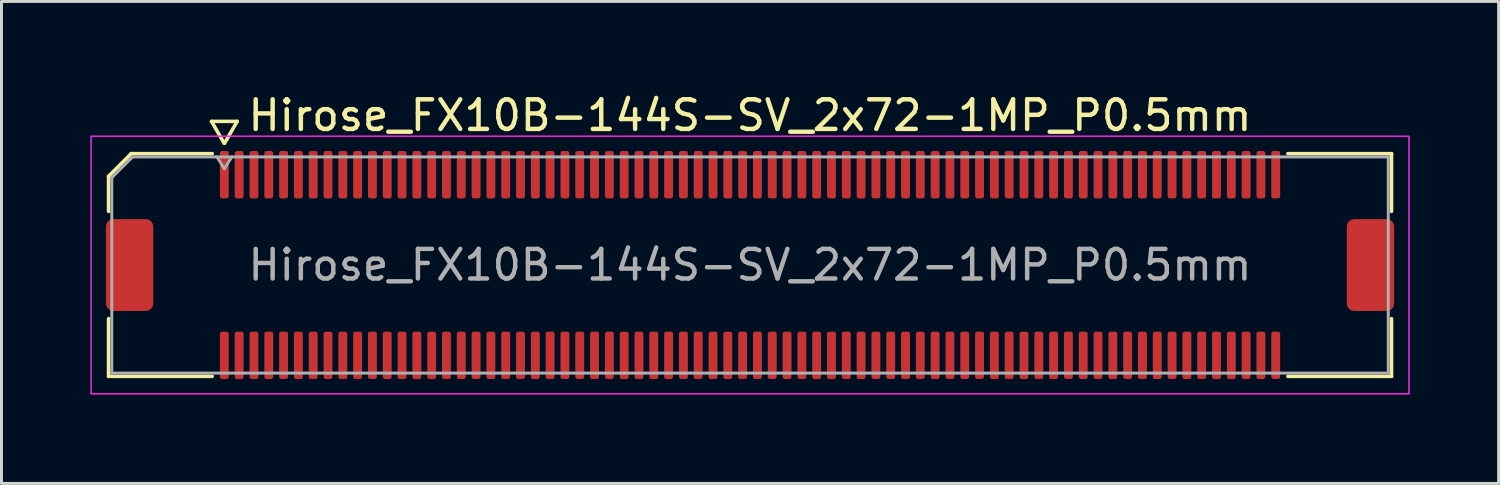
<source format=kicad_pcb>
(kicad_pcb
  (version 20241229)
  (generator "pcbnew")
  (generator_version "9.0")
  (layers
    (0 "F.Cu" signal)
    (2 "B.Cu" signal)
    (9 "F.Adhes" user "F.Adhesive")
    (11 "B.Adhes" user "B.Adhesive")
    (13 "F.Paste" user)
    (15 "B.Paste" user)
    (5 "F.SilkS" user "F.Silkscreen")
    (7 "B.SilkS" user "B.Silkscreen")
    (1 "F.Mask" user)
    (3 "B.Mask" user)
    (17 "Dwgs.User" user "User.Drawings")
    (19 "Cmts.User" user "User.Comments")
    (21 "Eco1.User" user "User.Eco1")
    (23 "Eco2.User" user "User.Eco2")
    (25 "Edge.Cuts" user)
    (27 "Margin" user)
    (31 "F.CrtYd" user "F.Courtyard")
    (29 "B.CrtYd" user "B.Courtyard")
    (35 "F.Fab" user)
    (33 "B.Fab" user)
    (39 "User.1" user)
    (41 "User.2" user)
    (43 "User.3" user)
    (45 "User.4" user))
  (footprint "Hirose_FX10B-144S-SV_2x72-1MP_P0.5mm"
    (layer "F.Cu")
    (at 22.275 5.898)
    (property "Reference" "Hirose_FX10B-144S-SV_2x72-1MP_P0.5mm" (at 0 -5.05 0) (layer "F.SilkS") (effects (font (size 1 1) (thickness 0.15))))
    (attr smd)
    (fp_line (start -21.66 -2.996) (end -20.896 -3.76) (stroke (width 0.12) (type solid)) (layer "F.SilkS"))
    (fp_line (start -21.66 -1.81) (end -21.66 -2.996) (stroke (width 0.12) (type solid)) (layer "F.SilkS"))
    (fp_line (start -21.66 3.76) (end -21.66 1.81) (stroke (width 0.12) (type solid)) (layer "F.SilkS"))
    (fp_line (start -20.896 -3.76) (end -18.16 -3.76) (stroke (width 0.12) (type solid)) (layer "F.SilkS"))
    (fp_line (start -18.183 -4.85) (end -17.756 -4.11) (stroke (width 0.12) (type solid)) (layer "F.SilkS"))
    (fp_line (start -18.16 3.76) (end -21.66 3.76) (stroke (width 0.12) (type solid)) (layer "F.SilkS"))
    (fp_line (start -17.744 -4.11) (end -17.317 -4.85) (stroke (width 0.12) (type solid)) (layer "F.SilkS"))
    (fp_line (start -17.317 -4.85) (end -18.183 -4.85) (stroke (width 0.12) (type solid)) (layer "F.SilkS"))
    (fp_line (start 18.16 -3.76) (end 21.66 -3.76) (stroke (width 0.12) (type solid)) (layer "F.SilkS"))
    (fp_line (start 21.66 -3.76) (end 21.66 -1.81) (stroke (width 0.12) (type solid)) (layer "F.SilkS"))
    (fp_line (start 21.66 1.81) (end 21.66 3.76) (stroke (width 0.12) (type solid)) (layer "F.SilkS"))
    (fp_line (start 21.66 3.76) (end 18.16 3.76) (stroke (width 0.12) (type solid)) (layer "F.SilkS"))
    (fp_rect (start -22.25 -4.35) (end 22.25 4.35) (stroke (width 0.05) (type solid)) (fill no) (layer "F.CrtYd"))
    (fp_line (start -21.55 -2.95) (end -20.85 -3.65) (stroke (width 0.1) (type solid)) (layer "F.Fab"))
    (fp_line (start -21.55 3.65) (end -21.55 -2.95) (stroke (width 0.1) (type solid)) (layer "F.Fab"))
    (fp_line (start -20.85 -3.65) (end 21.55 -3.65) (stroke (width 0.1) (type solid)) (layer "F.Fab"))
    (fp_line (start -18 -3.65) (end -17.75 -3.25) (stroke (width 0.1) (type solid)) (layer "F.Fab"))
    (fp_line (start -17.75 -3.25) (end -17.5 -3.65) (stroke (width 0.1) (type solid)) (layer "F.Fab"))
    (fp_line (start 21.55 -3.65) (end 21.55 3.65) (stroke (width 0.1) (type solid)) (layer "F.Fab"))
    (fp_line (start 21.55 3.65) (end -21.55 3.65) (stroke (width 0.1) (type solid)) (layer "F.Fab"))
    (fp_text user "${REFERENCE}" (at 0 0 0) (layer "F.Fab") (effects (font (size 1 1) (thickness 0.15))))
    (pad "1" smd roundrect (at -17.75 -3.05) (size 0.3 1.6) (layers "F.Cu" "F.Mask" "F.Paste") (roundrect_rratio 0.25))
    (pad "2" smd roundrect (at -17.75 3.05) (size 0.3 1.6) (layers "F.Cu" "F.Mask" "F.Paste") (roundrect_rratio 0.25))
    (pad "3" smd roundrect (at -17.25 -3.05) (size 0.3 1.6) (layers "F.Cu" "F.Mask" "F.Paste") (roundrect_rratio 0.25))
    (pad "4" smd roundrect (at -17.25 3.05) (size 0.3 1.6) (layers "F.Cu" "F.Mask" "F.Paste") (roundrect_rratio 0.25))
    (pad "5" smd roundrect (at -16.75 -3.05) (size 0.3 1.6) (layers "F.Cu" "F.Mask" "F.Paste") (roundrect_rratio 0.25))
    (pad "6" smd roundrect (at -16.75 3.05) (size 0.3 1.6) (layers "F.Cu" "F.Mask" "F.Paste") (roundrect_rratio 0.25))
    (pad "7" smd roundrect (at -16.25 -3.05) (size 0.3 1.6) (layers "F.Cu" "F.Mask" "F.Paste") (roundrect_rratio 0.25))
    (pad "8" smd roundrect (at -16.25 3.05) (size 0.3 1.6) (layers "F.Cu" "F.Mask" "F.Paste") (roundrect_rratio 0.25))
    (pad "9" smd roundrect (at -15.75 -3.05) (size 0.3 1.6) (layers "F.Cu" "F.Mask" "F.Paste") (roundrect_rratio 0.25))
    (pad "10" smd roundrect (at -15.75 3.05) (size 0.3 1.6) (layers "F.Cu" "F.Mask" "F.Paste") (roundrect_rratio 0.25))
    (pad "11" smd roundrect (at -15.25 -3.05) (size 0.3 1.6) (layers "F.Cu" "F.Mask" "F.Paste") (roundrect_rratio 0.25))
    (pad "12" smd roundrect (at -15.25 3.05) (size 0.3 1.6) (layers "F.Cu" "F.Mask" "F.Paste") (roundrect_rratio 0.25))
    (pad "13" smd roundrect (at -14.75 -3.05) (size 0.3 1.6) (layers "F.Cu" "F.Mask" "F.Paste") (roundrect_rratio 0.25))
    (pad "14" smd roundrect (at -14.75 3.05) (size 0.3 1.6) (layers "F.Cu" "F.Mask" "F.Paste") (roundrect_rratio 0.25))
    (pad "15" smd roundrect (at -14.25 -3.05) (size 0.3 1.6) (layers "F.Cu" "F.Mask" "F.Paste") (roundrect_rratio 0.25))
    (pad "16" smd roundrect (at -14.25 3.05) (size 0.3 1.6) (layers "F.Cu" "F.Mask" "F.Paste") (roundrect_rratio 0.25))
    (pad "17" smd roundrect (at -13.75 -3.05) (size 0.3 1.6) (layers "F.Cu" "F.Mask" "F.Paste") (roundrect_rratio 0.25))
    (pad "18" smd roundrect (at -13.75 3.05) (size 0.3 1.6) (layers "F.Cu" "F.Mask" "F.Paste") (roundrect_rratio 0.25))
    (pad "19" smd roundrect (at -13.25 -3.05) (size 0.3 1.6) (layers "F.Cu" "F.Mask" "F.Paste") (roundrect_rratio 0.25))
    (pad "20" smd roundrect (at -13.25 3.05) (size 0.3 1.6) (layers "F.Cu" "F.Mask" "F.Paste") (roundrect_rratio 0.25))
    (pad "21" smd roundrect (at -12.75 -3.05) (size 0.3 1.6) (layers "F.Cu" "F.Mask" "F.Paste") (roundrect_rratio 0.25))
    (pad "22" smd roundrect (at -12.75 3.05) (size 0.3 1.6) (layers "F.Cu" "F.Mask" "F.Paste") (roundrect_rratio 0.25))
    (pad "23" smd roundrect (at -12.25 -3.05) (size 0.3 1.6) (layers "F.Cu" "F.Mask" "F.Paste") (roundrect_rratio 0.25))
    (pad "24" smd roundrect (at -12.25 3.05) (size 0.3 1.6) (layers "F.Cu" "F.Mask" "F.Paste") (roundrect_rratio 0.25))
    (pad "25" smd roundrect (at -11.75 -3.05) (size 0.3 1.6) (layers "F.Cu" "F.Mask" "F.Paste") (roundrect_rratio 0.25))
    (pad "26" smd roundrect (at -11.75 3.05) (size 0.3 1.6) (layers "F.Cu" "F.Mask" "F.Paste") (roundrect_rratio 0.25))
    (pad "27" smd roundrect (at -11.25 -3.05) (size 0.3 1.6) (layers "F.Cu" "F.Mask" "F.Paste") (roundrect_rratio 0.25))
    (pad "28" smd roundrect (at -11.25 3.05) (size 0.3 1.6) (layers "F.Cu" "F.Mask" "F.Paste") (roundrect_rratio 0.25))
    (pad "29" smd roundrect (at -10.75 -3.05) (size 0.3 1.6) (layers "F.Cu" "F.Mask" "F.Paste") (roundrect_rratio 0.25))
    (pad "30" smd roundrect (at -10.75 3.05) (size 0.3 1.6) (layers "F.Cu" "F.Mask" "F.Paste") (roundrect_rratio 0.25))
    (pad "31" smd roundrect (at -10.25 -3.05) (size 0.3 1.6) (layers "F.Cu" "F.Mask" "F.Paste") (roundrect_rratio 0.25))
    (pad "32" smd roundrect (at -10.25 3.05) (size 0.3 1.6) (layers "F.Cu" "F.Mask" "F.Paste") (roundrect_rratio 0.25))
    (pad "33" smd roundrect (at -9.75 -3.05) (size 0.3 1.6) (layers "F.Cu" "F.Mask" "F.Paste") (roundrect_rratio 0.25))
    (pad "34" smd roundrect (at -9.75 3.05) (size 0.3 1.6) (layers "F.Cu" "F.Mask" "F.Paste") (roundrect_rratio 0.25))
    (pad "35" smd roundrect (at -9.25 -3.05) (size 0.3 1.6) (layers "F.Cu" "F.Mask" "F.Paste") (roundrect_rratio 0.25))
    (pad "36" smd roundrect (at -9.25 3.05) (size 0.3 1.6) (layers "F.Cu" "F.Mask" "F.Paste") (roundrect_rratio 0.25))
    (pad "37" smd roundrect (at -8.75 -3.05) (size 0.3 1.6) (layers "F.Cu" "F.Mask" "F.Paste") (roundrect_rratio 0.25))
    (pad "38" smd roundrect (at -8.75 3.05) (size 0.3 1.6) (layers "F.Cu" "F.Mask" "F.Paste") (roundrect_rratio 0.25))
    (pad "39" smd roundrect (at -8.25 -3.05) (size 0.3 1.6) (layers "F.Cu" "F.Mask" "F.Paste") (roundrect_rratio 0.25))
    (pad "40" smd roundrect (at -8.25 3.05) (size 0.3 1.6) (layers "F.Cu" "F.Mask" "F.Paste") (roundrect_rratio 0.25))
    (pad "41" smd roundrect (at -7.75 -3.05) (size 0.3 1.6) (layers "F.Cu" "F.Mask" "F.Paste") (roundrect_rratio 0.25))
    (pad "42" smd roundrect (at -7.75 3.05) (size 0.3 1.6) (layers "F.Cu" "F.Mask" "F.Paste") (roundrect_rratio 0.25))
    (pad "43" smd roundrect (at -7.25 -3.05) (size 0.3 1.6) (layers "F.Cu" "F.Mask" "F.Paste") (roundrect_rratio 0.25))
    (pad "44" smd roundrect (at -7.25 3.05) (size 0.3 1.6) (layers "F.Cu" "F.Mask" "F.Paste") (roundrect_rratio 0.25))
    (pad "45" smd roundrect (at -6.75 -3.05) (size 0.3 1.6) (layers "F.Cu" "F.Mask" "F.Paste") (roundrect_rratio 0.25))
    (pad "46" smd roundrect (at -6.75 3.05) (size 0.3 1.6) (layers "F.Cu" "F.Mask" "F.Paste") (roundrect_rratio 0.25))
    (pad "47" smd roundrect (at -6.25 -3.05) (size 0.3 1.6) (layers "F.Cu" "F.Mask" "F.Paste") (roundrect_rratio 0.25))
    (pad "48" smd roundrect (at -6.25 3.05) (size 0.3 1.6) (layers "F.Cu" "F.Mask" "F.Paste") (roundrect_rratio 0.25))
    (pad "49" smd roundrect (at -5.75 -3.05) (size 0.3 1.6) (layers "F.Cu" "F.Mask" "F.Paste") (roundrect_rratio 0.25))
    (pad "50" smd roundrect (at -5.75 3.05) (size 0.3 1.6) (layers "F.Cu" "F.Mask" "F.Paste") (roundrect_rratio 0.25))
    (pad "51" smd roundrect (at -5.25 -3.05) (size 0.3 1.6) (layers "F.Cu" "F.Mask" "F.Paste") (roundrect_rratio 0.25))
    (pad "52" smd roundrect (at -5.25 3.05) (size 0.3 1.6) (layers "F.Cu" "F.Mask" "F.Paste") (roundrect_rratio 0.25))
    (pad "53" smd roundrect (at -4.75 -3.05) (size 0.3 1.6) (layers "F.Cu" "F.Mask" "F.Paste") (roundrect_rratio 0.25))
    (pad "54" smd roundrect (at -4.75 3.05) (size 0.3 1.6) (layers "F.Cu" "F.Mask" "F.Paste") (roundrect_rratio 0.25))
    (pad "55" smd roundrect (at -4.25 -3.05) (size 0.3 1.6) (layers "F.Cu" "F.Mask" "F.Paste") (roundrect_rratio 0.25))
    (pad "56" smd roundrect (at -4.25 3.05) (size 0.3 1.6) (layers "F.Cu" "F.Mask" "F.Paste") (roundrect_rratio 0.25))
    (pad "57" smd roundrect (at -3.75 -3.05) (size 0.3 1.6) (layers "F.Cu" "F.Mask" "F.Paste") (roundrect_rratio 0.25))
    (pad "58" smd roundrect (at -3.75 3.05) (size 0.3 1.6) (layers "F.Cu" "F.Mask" "F.Paste") (roundrect_rratio 0.25))
    (pad "59" smd roundrect (at -3.25 -3.05) (size 0.3 1.6) (layers "F.Cu" "F.Mask" "F.Paste") (roundrect_rratio 0.25))
    (pad "60" smd roundrect (at -3.25 3.05) (size 0.3 1.6) (layers "F.Cu" "F.Mask" "F.Paste") (roundrect_rratio 0.25))
    (pad "61" smd roundrect (at -2.75 -3.05) (size 0.3 1.6) (layers "F.Cu" "F.Mask" "F.Paste") (roundrect_rratio 0.25))
    (pad "62" smd roundrect (at -2.75 3.05) (size 0.3 1.6) (layers "F.Cu" "F.Mask" "F.Paste") (roundrect_rratio 0.25))
    (pad "63" smd roundrect (at -2.25 -3.05) (size 0.3 1.6) (layers "F.Cu" "F.Mask" "F.Paste") (roundrect_rratio 0.25))
    (pad "64" smd roundrect (at -2.25 3.05) (size 0.3 1.6) (layers "F.Cu" "F.Mask" "F.Paste") (roundrect_rratio 0.25))
    (pad "65" smd roundrect (at -1.75 -3.05) (size 0.3 1.6) (layers "F.Cu" "F.Mask" "F.Paste") (roundrect_rratio 0.25))
    (pad "66" smd roundrect (at -1.75 3.05) (size 0.3 1.6) (layers "F.Cu" "F.Mask" "F.Paste") (roundrect_rratio 0.25))
    (pad "67" smd roundrect (at -1.25 -3.05) (size 0.3 1.6) (layers "F.Cu" "F.Mask" "F.Paste") (roundrect_rratio 0.25))
    (pad "68" smd roundrect (at -1.25 3.05) (size 0.3 1.6) (layers "F.Cu" "F.Mask" "F.Paste") (roundrect_rratio 0.25))
    (pad "69" smd roundrect (at -0.75 -3.05) (size 0.3 1.6) (layers "F.Cu" "F.Mask" "F.Paste") (roundrect_rratio 0.25))
    (pad "70" smd roundrect (at -0.75 3.05) (size 0.3 1.6) (layers "F.Cu" "F.Mask" "F.Paste") (roundrect_rratio 0.25))
    (pad "71" smd roundrect (at -0.25 -3.05) (size 0.3 1.6) (layers "F.Cu" "F.Mask" "F.Paste") (roundrect_rratio 0.25))
    (pad "72" smd roundrect (at -0.25 3.05) (size 0.3 1.6) (layers "F.Cu" "F.Mask" "F.Paste") (roundrect_rratio 0.25))
    (pad "73" smd roundrect (at 0.25 -3.05) (size 0.3 1.6) (layers "F.Cu" "F.Mask" "F.Paste") (roundrect_rratio 0.25))
    (pad "74" smd roundrect (at 0.25 3.05) (size 0.3 1.6) (layers "F.Cu" "F.Mask" "F.Paste") (roundrect_rratio 0.25))
    (pad "75" smd roundrect (at 0.75 -3.05) (size 0.3 1.6) (layers "F.Cu" "F.Mask" "F.Paste") (roundrect_rratio 0.25))
    (pad "76" smd roundrect (at 0.75 3.05) (size 0.3 1.6) (layers "F.Cu" "F.Mask" "F.Paste") (roundrect_rratio 0.25))
    (pad "77" smd roundrect (at 1.25 -3.05) (size 0.3 1.6) (layers "F.Cu" "F.Mask" "F.Paste") (roundrect_rratio 0.25))
    (pad "78" smd roundrect (at 1.25 3.05) (size 0.3 1.6) (layers "F.Cu" "F.Mask" "F.Paste") (roundrect_rratio 0.25))
    (pad "79" smd roundrect (at 1.75 -3.05) (size 0.3 1.6) (layers "F.Cu" "F.Mask" "F.Paste") (roundrect_rratio 0.25))
    (pad "80" smd roundrect (at 1.75 3.05) (size 0.3 1.6) (layers "F.Cu" "F.Mask" "F.Paste") (roundrect_rratio 0.25))
    (pad "81" smd roundrect (at 2.25 -3.05) (size 0.3 1.6) (layers "F.Cu" "F.Mask" "F.Paste") (roundrect_rratio 0.25))
    (pad "82" smd roundrect (at 2.25 3.05) (size 0.3 1.6) (layers "F.Cu" "F.Mask" "F.Paste") (roundrect_rratio 0.25))
    (pad "83" smd roundrect (at 2.75 -3.05) (size 0.3 1.6) (layers "F.Cu" "F.Mask" "F.Paste") (roundrect_rratio 0.25))
    (pad "84" smd roundrect (at 2.75 3.05) (size 0.3 1.6) (layers "F.Cu" "F.Mask" "F.Paste") (roundrect_rratio 0.25))
    (pad "85" smd roundrect (at 3.25 -3.05) (size 0.3 1.6) (layers "F.Cu" "F.Mask" "F.Paste") (roundrect_rratio 0.25))
    (pad "86" smd roundrect (at 3.25 3.05) (size 0.3 1.6) (layers "F.Cu" "F.Mask" "F.Paste") (roundrect_rratio 0.25))
    (pad "87" smd roundrect (at 3.75 -3.05) (size 0.3 1.6) (layers "F.Cu" "F.Mask" "F.Paste") (roundrect_rratio 0.25))
    (pad "88" smd roundrect (at 3.75 3.05) (size 0.3 1.6) (layers "F.Cu" "F.Mask" "F.Paste") (roundrect_rratio 0.25))
    (pad "89" smd roundrect (at 4.25 -3.05) (size 0.3 1.6) (layers "F.Cu" "F.Mask" "F.Paste") (roundrect_rratio 0.25))
    (pad "90" smd roundrect (at 4.25 3.05) (size 0.3 1.6) (layers "F.Cu" "F.Mask" "F.Paste") (roundrect_rratio 0.25))
    (pad "91" smd roundrect (at 4.75 -3.05) (size 0.3 1.6) (layers "F.Cu" "F.Mask" "F.Paste") (roundrect_rratio 0.25))
    (pad "92" smd roundrect (at 4.75 3.05) (size 0.3 1.6) (layers "F.Cu" "F.Mask" "F.Paste") (roundrect_rratio 0.25))
    (pad "93" smd roundrect (at 5.25 -3.05) (size 0.3 1.6) (layers "F.Cu" "F.Mask" "F.Paste") (roundrect_rratio 0.25))
    (pad "94" smd roundrect (at 5.25 3.05) (size 0.3 1.6) (layers "F.Cu" "F.Mask" "F.Paste") (roundrect_rratio 0.25))
    (pad "95" smd roundrect (at 5.75 -3.05) (size 0.3 1.6) (layers "F.Cu" "F.Mask" "F.Paste") (roundrect_rratio 0.25))
    (pad "96" smd roundrect (at 5.75 3.05) (size 0.3 1.6) (layers "F.Cu" "F.Mask" "F.Paste") (roundrect_rratio 0.25))
    (pad "97" smd roundrect (at 6.25 -3.05) (size 0.3 1.6) (layers "F.Cu" "F.Mask" "F.Paste") (roundrect_rratio 0.25))
    (pad "98" smd roundrect (at 6.25 3.05) (size 0.3 1.6) (layers "F.Cu" "F.Mask" "F.Paste") (roundrect_rratio 0.25))
    (pad "99" smd roundrect (at 6.75 -3.05) (size 0.3 1.6) (layers "F.Cu" "F.Mask" "F.Paste") (roundrect_rratio 0.25))
    (pad "100" smd roundrect (at 6.75 3.05) (size 0.3 1.6) (layers "F.Cu" "F.Mask" "F.Paste") (roundrect_rratio 0.25))
    (pad "101" smd roundrect (at 7.25 -3.05) (size 0.3 1.6) (layers "F.Cu" "F.Mask" "F.Paste") (roundrect_rratio 0.25))
    (pad "102" smd roundrect (at 7.25 3.05) (size 0.3 1.6) (layers "F.Cu" "F.Mask" "F.Paste") (roundrect_rratio 0.25))
    (pad "103" smd roundrect (at 7.75 -3.05) (size 0.3 1.6) (layers "F.Cu" "F.Mask" "F.Paste") (roundrect_rratio 0.25))
    (pad "104" smd roundrect (at 7.75 3.05) (size 0.3 1.6) (layers "F.Cu" "F.Mask" "F.Paste") (roundrect_rratio 0.25))
    (pad "105" smd roundrect (at 8.25 -3.05) (size 0.3 1.6) (layers "F.Cu" "F.Mask" "F.Paste") (roundrect_rratio 0.25))
    (pad "106" smd roundrect (at 8.25 3.05) (size 0.3 1.6) (layers "F.Cu" "F.Mask" "F.Paste") (roundrect_rratio 0.25))
    (pad "107" smd roundrect (at 8.75 -3.05) (size 0.3 1.6) (layers "F.Cu" "F.Mask" "F.Paste") (roundrect_rratio 0.25))
    (pad "108" smd roundrect (at 8.75 3.05) (size 0.3 1.6) (layers "F.Cu" "F.Mask" "F.Paste") (roundrect_rratio 0.25))
    (pad "109" smd roundrect (at 9.25 -3.05) (size 0.3 1.6) (layers "F.Cu" "F.Mask" "F.Paste") (roundrect_rratio 0.25))
    (pad "110" smd roundrect (at 9.25 3.05) (size 0.3 1.6) (layers "F.Cu" "F.Mask" "F.Paste") (roundrect_rratio 0.25))
    (pad "111" smd roundrect (at 9.75 -3.05) (size 0.3 1.6) (layers "F.Cu" "F.Mask" "F.Paste") (roundrect_rratio 0.25))
    (pad "112" smd roundrect (at 9.75 3.05) (size 0.3 1.6) (layers "F.Cu" "F.Mask" "F.Paste") (roundrect_rratio 0.25))
    (pad "113" smd roundrect (at 10.25 -3.05) (size 0.3 1.6) (layers "F.Cu" "F.Mask" "F.Paste") (roundrect_rratio 0.25))
    (pad "114" smd roundrect (at 10.25 3.05) (size 0.3 1.6) (layers "F.Cu" "F.Mask" "F.Paste") (roundrect_rratio 0.25))
    (pad "115" smd roundrect (at 10.75 -3.05) (size 0.3 1.6) (layers "F.Cu" "F.Mask" "F.Paste") (roundrect_rratio 0.25))
    (pad "116" smd roundrect (at 10.75 3.05) (size 0.3 1.6) (layers "F.Cu" "F.Mask" "F.Paste") (roundrect_rratio 0.25))
    (pad "117" smd roundrect (at 11.25 -3.05) (size 0.3 1.6) (layers "F.Cu" "F.Mask" "F.Paste") (roundrect_rratio 0.25))
    (pad "118" smd roundrect (at 11.25 3.05) (size 0.3 1.6) (layers "F.Cu" "F.Mask" "F.Paste") (roundrect_rratio 0.25))
    (pad "119" smd roundrect (at 11.75 -3.05) (size 0.3 1.6) (layers "F.Cu" "F.Mask" "F.Paste") (roundrect_rratio 0.25))
    (pad "120" smd roundrect (at 11.75 3.05) (size 0.3 1.6) (layers "F.Cu" "F.Mask" "F.Paste") (roundrect_rratio 0.25))
    (pad "121" smd roundrect (at 12.25 -3.05) (size 0.3 1.6) (layers "F.Cu" "F.Mask" "F.Paste") (roundrect_rratio 0.25))
    (pad "122" smd roundrect (at 12.25 3.05) (size 0.3 1.6) (layers "F.Cu" "F.Mask" "F.Paste") (roundrect_rratio 0.25))
    (pad "123" smd roundrect (at 12.75 -3.05) (size 0.3 1.6) (layers "F.Cu" "F.Mask" "F.Paste") (roundrect_rratio 0.25))
    (pad "124" smd roundrect (at 12.75 3.05) (size 0.3 1.6) (layers "F.Cu" "F.Mask" "F.Paste") (roundrect_rratio 0.25))
    (pad "125" smd roundrect (at 13.25 -3.05) (size 0.3 1.6) (layers "F.Cu" "F.Mask" "F.Paste") (roundrect_rratio 0.25))
    (pad "126" smd roundrect (at 13.25 3.05) (size 0.3 1.6) (layers "F.Cu" "F.Mask" "F.Paste") (roundrect_rratio 0.25))
    (pad "127" smd roundrect (at 13.75 -3.05) (size 0.3 1.6) (layers "F.Cu" "F.Mask" "F.Paste") (roundrect_rratio 0.25))
    (pad "128" smd roundrect (at 13.75 3.05) (size 0.3 1.6) (layers "F.Cu" "F.Mask" "F.Paste") (roundrect_rratio 0.25))
    (pad "129" smd roundrect (at 14.25 -3.05) (size 0.3 1.6) (layers "F.Cu" "F.Mask" "F.Paste") (roundrect_rratio 0.25))
    (pad "130" smd roundrect (at 14.25 3.05) (size 0.3 1.6) (layers "F.Cu" "F.Mask" "F.Paste") (roundrect_rratio 0.25))
    (pad "131" smd roundrect (at 14.75 -3.05) (size 0.3 1.6) (layers "F.Cu" "F.Mask" "F.Paste") (roundrect_rratio 0.25))
    (pad "132" smd roundrect (at 14.75 3.05) (size 0.3 1.6) (layers "F.Cu" "F.Mask" "F.Paste") (roundrect_rratio 0.25))
    (pad "133" smd roundrect (at 15.25 -3.05) (size 0.3 1.6) (layers "F.Cu" "F.Mask" "F.Paste") (roundrect_rratio 0.25))
    (pad "134" smd roundrect (at 15.25 3.05) (size 0.3 1.6) (layers "F.Cu" "F.Mask" "F.Paste") (roundrect_rratio 0.25))
    (pad "135" smd roundrect (at 15.75 -3.05) (size 0.3 1.6) (layers "F.Cu" "F.Mask" "F.Paste") (roundrect_rratio 0.25))
    (pad "136" smd roundrect (at 15.75 3.05) (size 0.3 1.6) (layers "F.Cu" "F.Mask" "F.Paste") (roundrect_rratio 0.25))
    (pad "137" smd roundrect (at 16.25 -3.05) (size 0.3 1.6) (layers "F.Cu" "F.Mask" "F.Paste") (roundrect_rratio 0.25))
    (pad "138" smd roundrect (at 16.25 3.05) (size 0.3 1.6) (layers "F.Cu" "F.Mask" "F.Paste") (roundrect_rratio 0.25))
    (pad "139" smd roundrect (at 16.75 -3.05) (size 0.3 1.6) (layers "F.Cu" "F.Mask" "F.Paste") (roundrect_rratio 0.25))
    (pad "140" smd roundrect (at 16.75 3.05) (size 0.3 1.6) (layers "F.Cu" "F.Mask" "F.Paste") (roundrect_rratio 0.25))
    (pad "141" smd roundrect (at 17.25 -3.05) (size 0.3 1.6) (layers "F.Cu" "F.Mask" "F.Paste") (roundrect_rratio 0.25))
    (pad "142" smd roundrect (at 17.25 3.05) (size 0.3 1.6) (layers "F.Cu" "F.Mask" "F.Paste") (roundrect_rratio 0.25))
    (pad "143" smd roundrect (at 17.75 -3.05) (size 0.3 1.6) (layers "F.Cu" "F.Mask" "F.Paste") (roundrect_rratio 0.25))
    (pad "144" smd roundrect (at 17.75 3.05) (size 0.3 1.6) (layers "F.Cu" "F.Mask" "F.Paste") (roundrect_rratio 0.25))
    (pad "MP" smd roundrect (at -20.95 0) (size 1.6 3.1) (layers "F.Cu" "F.Mask" "F.Paste") (roundrect_rratio 0.156))
    (pad "MP" smd roundrect (at 20.95 0) (size 1.6 3.1) (layers "F.Cu" "F.Mask" "F.Paste") (roundrect_rratio 0.156)))
  (gr_rect
    (start -3 -3)
    (end 47.55 13.273)
    (stroke (width 0.1) (type default))
    (fill no)
    (layer "Edge.Cuts")))
</source>
